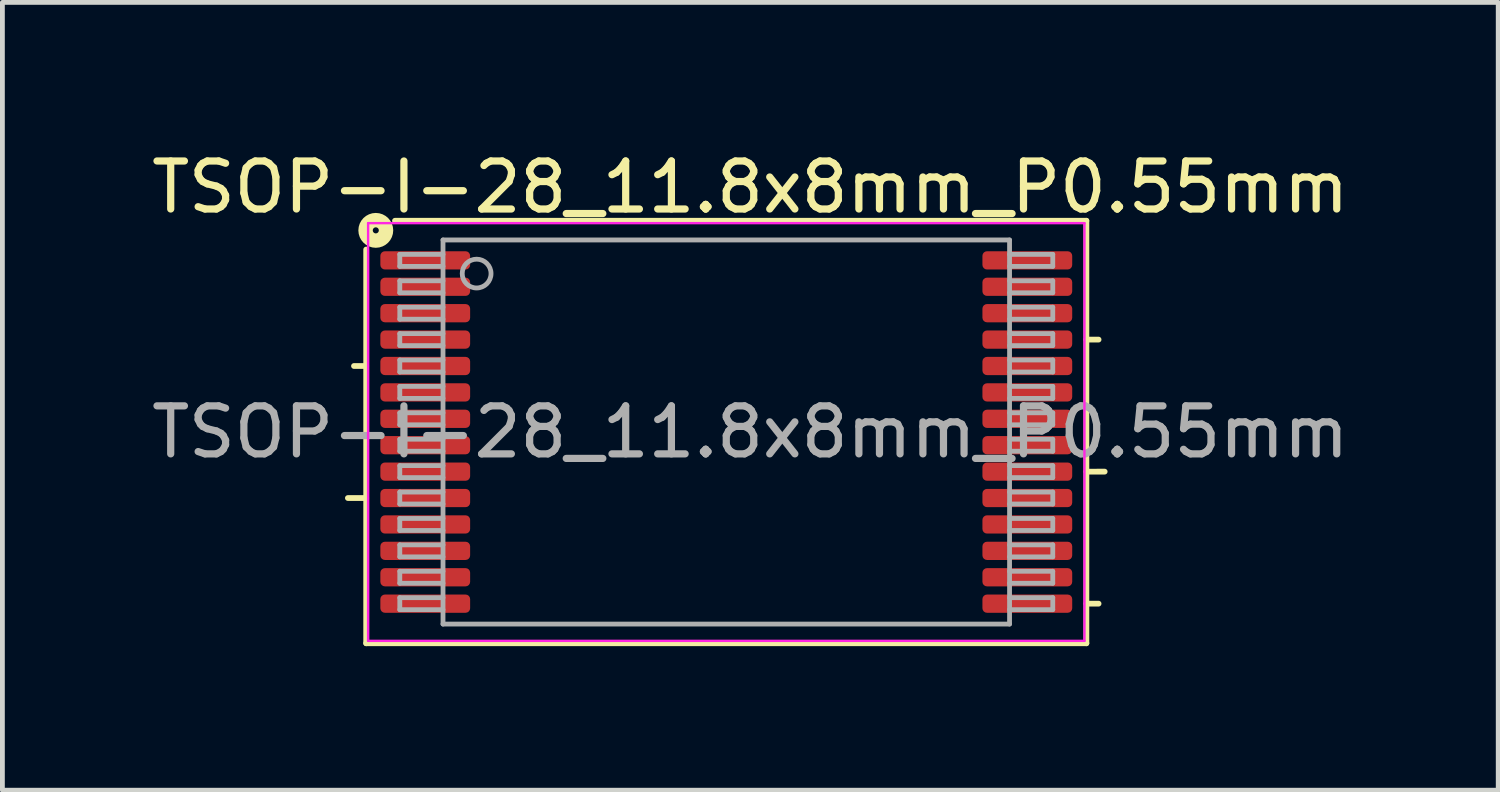
<source format=kicad_pcb>
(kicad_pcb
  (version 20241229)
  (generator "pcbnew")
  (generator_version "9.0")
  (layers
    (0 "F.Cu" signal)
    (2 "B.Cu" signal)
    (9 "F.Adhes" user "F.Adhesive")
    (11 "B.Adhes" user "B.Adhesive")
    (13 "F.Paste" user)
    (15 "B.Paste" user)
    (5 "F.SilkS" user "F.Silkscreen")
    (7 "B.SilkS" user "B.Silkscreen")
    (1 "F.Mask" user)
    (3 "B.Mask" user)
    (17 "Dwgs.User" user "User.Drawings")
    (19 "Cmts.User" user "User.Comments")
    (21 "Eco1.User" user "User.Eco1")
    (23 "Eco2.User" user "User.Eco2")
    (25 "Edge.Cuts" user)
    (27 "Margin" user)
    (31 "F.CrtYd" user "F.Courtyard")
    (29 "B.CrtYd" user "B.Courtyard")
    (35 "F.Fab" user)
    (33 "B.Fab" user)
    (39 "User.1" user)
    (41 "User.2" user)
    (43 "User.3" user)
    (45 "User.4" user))
  (footprint "TSOP-I-28_11.8x8mm_P0.55mm"
    (layer "F.Cu")
    (at 12.077 5.948)
    (property "Reference" "TSOP-I-28_11.8x8mm_P0.55mm" (at 0.5 -5.1 0) (layer "F.SilkS") (effects (font (size 1 1) (thickness 0.15))))
    (attr smd)
    (fp_line (start -7.5 -3.8) (end -7.5 4.4) (stroke (width 0.12) (type solid)) (layer "F.SilkS"))
    (fp_line (start -7.5 -1.375) (end -7.754 -1.375) (stroke (width 0.12) (type solid)) (layer "F.SilkS"))
    (fp_line (start -7.5 1.375) (end -7.881 1.375) (stroke (width 0.12) (type solid)) (layer "F.SilkS"))
    (fp_line (start -7.5 4.4) (end 7.5 4.4) (stroke (width 0.12) (type solid)) (layer "F.SilkS"))
    (fp_line (start 7.5 -4.4) (end -6.9 -4.4) (stroke (width 0.12) (type solid)) (layer "F.SilkS"))
    (fp_line (start 7.5 -1.925) (end 7.754 -1.925) (stroke (width 0.12) (type solid)) (layer "F.SilkS"))
    (fp_line (start 7.5 0.826) (end 7.881 0.825) (stroke (width 0.12) (type solid)) (layer "F.SilkS"))
    (fp_line (start 7.5 3.575) (end 7.754 3.575) (stroke (width 0.12) (type solid)) (layer "F.SilkS"))
    (fp_line (start 7.5 4.4) (end 7.5 -4.4) (stroke (width 0.12) (type solid)) (layer "F.SilkS"))
    (fp_circle (center -7.3 -4.2) (end -7.237 -4.2) (stroke (width 0.3) (type solid)) (fill no) (layer "F.SilkS"))
    (fp_line (start -7.46 -4.35) (end -7.46 4.35) (stroke (width 0.05) (type solid)) (layer "F.CrtYd"))
    (fp_line (start -7.46 -4.35) (end 7.46 -4.35) (stroke (width 0.05) (type solid)) (layer "F.CrtYd"))
    (fp_line (start 7.46 4.35) (end -7.46 4.35) (stroke (width 0.05) (type solid)) (layer "F.CrtYd"))
    (fp_line (start 7.46 4.35) (end 7.46 -4.35) (stroke (width 0.05) (type solid)) (layer "F.CrtYd"))
    (fp_line (start -6.8 -3.7) (end -6.8 -3.45) (stroke (width 0.1) (type solid)) (layer "F.Fab"))
    (fp_line (start -6.8 -3.7) (end -5.9 -3.7) (stroke (width 0.1) (type solid)) (layer "F.Fab"))
    (fp_line (start -6.8 -3.45) (end -5.9 -3.45) (stroke (width 0.1) (type solid)) (layer "F.Fab"))
    (fp_line (start -6.8 -3.15) (end -6.8 -2.9) (stroke (width 0.1) (type solid)) (layer "F.Fab"))
    (fp_line (start -6.8 -3.15) (end -5.9 -3.15) (stroke (width 0.1) (type solid)) (layer "F.Fab"))
    (fp_line (start -6.8 -2.9) (end -5.9 -2.9) (stroke (width 0.1) (type solid)) (layer "F.Fab"))
    (fp_line (start -6.8 -2.6) (end -6.8 -2.35) (stroke (width 0.1) (type solid)) (layer "F.Fab"))
    (fp_line (start -6.8 -2.6) (end -5.9 -2.6) (stroke (width 0.1) (type solid)) (layer "F.Fab"))
    (fp_line (start -6.8 -2.35) (end -5.9 -2.35) (stroke (width 0.1) (type solid)) (layer "F.Fab"))
    (fp_line (start -6.8 -2.05) (end -6.8 -1.8) (stroke (width 0.1) (type solid)) (layer "F.Fab"))
    (fp_line (start -6.8 -2.05) (end -5.9 -2.05) (stroke (width 0.1) (type solid)) (layer "F.Fab"))
    (fp_line (start -6.8 -1.8) (end -5.9 -1.8) (stroke (width 0.1) (type solid)) (layer "F.Fab"))
    (fp_line (start -6.8 -1.5) (end -6.8 -1.25) (stroke (width 0.1) (type solid)) (layer "F.Fab"))
    (fp_line (start -6.8 -1.5) (end -5.9 -1.5) (stroke (width 0.1) (type solid)) (layer "F.Fab"))
    (fp_line (start -6.8 -1.25) (end -5.9 -1.25) (stroke (width 0.1) (type solid)) (layer "F.Fab"))
    (fp_line (start -6.8 -0.95) (end -6.8 -0.7) (stroke (width 0.1) (type solid)) (layer "F.Fab"))
    (fp_line (start -6.8 -0.95) (end -5.9 -0.95) (stroke (width 0.1) (type solid)) (layer "F.Fab"))
    (fp_line (start -6.8 -0.7) (end -5.9 -0.7) (stroke (width 0.1) (type solid)) (layer "F.Fab"))
    (fp_line (start -6.8 -0.4) (end -6.8 -0.15) (stroke (width 0.1) (type solid)) (layer "F.Fab"))
    (fp_line (start -6.8 -0.4) (end -5.9 -0.4) (stroke (width 0.1) (type solid)) (layer "F.Fab"))
    (fp_line (start -6.8 -0.15) (end -5.9 -0.15) (stroke (width 0.1) (type solid)) (layer "F.Fab"))
    (fp_line (start -6.8 0.15) (end -6.8 0.4) (stroke (width 0.1) (type solid)) (layer "F.Fab"))
    (fp_line (start -6.8 0.15) (end -5.9 0.15) (stroke (width 0.1) (type solid)) (layer "F.Fab"))
    (fp_line (start -6.8 0.4) (end -5.9 0.4) (stroke (width 0.1) (type solid)) (layer "F.Fab"))
    (fp_line (start -6.8 0.7) (end -6.8 0.95) (stroke (width 0.1) (type solid)) (layer "F.Fab"))
    (fp_line (start -6.8 0.7) (end -5.9 0.7) (stroke (width 0.1) (type solid)) (layer "F.Fab"))
    (fp_line (start -6.8 0.95) (end -5.9 0.95) (stroke (width 0.1) (type solid)) (layer "F.Fab"))
    (fp_line (start -6.8 1.25) (end -6.8 1.5) (stroke (width 0.1) (type solid)) (layer "F.Fab"))
    (fp_line (start -6.8 1.25) (end -5.9 1.25) (stroke (width 0.1) (type solid)) (layer "F.Fab"))
    (fp_line (start -6.8 1.5) (end -5.9 1.5) (stroke (width 0.1) (type solid)) (layer "F.Fab"))
    (fp_line (start -6.8 1.8) (end -6.8 2.05) (stroke (width 0.1) (type solid)) (layer "F.Fab"))
    (fp_line (start -6.8 1.8) (end -5.9 1.8) (stroke (width 0.1) (type solid)) (layer "F.Fab"))
    (fp_line (start -6.8 2.05) (end -5.9 2.05) (stroke (width 0.1) (type solid)) (layer "F.Fab"))
    (fp_line (start -6.8 2.35) (end -6.8 2.6) (stroke (width 0.1) (type solid)) (layer "F.Fab"))
    (fp_line (start -6.8 2.35) (end -5.9 2.35) (stroke (width 0.1) (type solid)) (layer "F.Fab"))
    (fp_line (start -6.8 2.6) (end -5.9 2.6) (stroke (width 0.1) (type solid)) (layer "F.Fab"))
    (fp_line (start -6.8 2.9) (end -6.8 3.15) (stroke (width 0.1) (type solid)) (layer "F.Fab"))
    (fp_line (start -6.8 2.9) (end -5.9 2.9) (stroke (width 0.1) (type solid)) (layer "F.Fab"))
    (fp_line (start -6.8 3.15) (end -5.9 3.15) (stroke (width 0.1) (type solid)) (layer "F.Fab"))
    (fp_line (start -6.8 3.45) (end -6.8 3.7) (stroke (width 0.1) (type solid)) (layer "F.Fab"))
    (fp_line (start -6.8 3.45) (end -5.9 3.45) (stroke (width 0.1) (type solid)) (layer "F.Fab"))
    (fp_line (start -6.8 3.7) (end -5.9 3.7) (stroke (width 0.1) (type solid)) (layer "F.Fab"))
    (fp_line (start -5.9 -4) (end -5.9 4) (stroke (width 0.1) (type solid)) (layer "F.Fab"))
    (fp_line (start 5.9 -4) (end -5.9 -4) (stroke (width 0.1) (type solid)) (layer "F.Fab"))
    (fp_line (start 5.9 -4) (end 5.9 4) (stroke (width 0.1) (type solid)) (layer "F.Fab"))
    (fp_line (start 5.9 4) (end -5.9 4) (stroke (width 0.1) (type solid)) (layer "F.Fab"))
    (fp_line (start 6.8 -3.7) (end 5.9 -3.7) (stroke (width 0.1) (type solid)) (layer "F.Fab"))
    (fp_line (start 6.8 -3.45) (end 5.9 -3.45) (stroke (width 0.1) (type solid)) (layer "F.Fab"))
    (fp_line (start 6.8 -3.45) (end 6.8 -3.7) (stroke (width 0.1) (type solid)) (layer "F.Fab"))
    (fp_line (start 6.8 -3.15) (end 5.9 -3.15) (stroke (width 0.1) (type solid)) (layer "F.Fab"))
    (fp_line (start 6.8 -2.9) (end 5.9 -2.9) (stroke (width 0.1) (type solid)) (layer "F.Fab"))
    (fp_line (start 6.8 -2.9) (end 6.8 -3.15) (stroke (width 0.1) (type solid)) (layer "F.Fab"))
    (fp_line (start 6.8 -2.6) (end 5.9 -2.6) (stroke (width 0.1) (type solid)) (layer "F.Fab"))
    (fp_line (start 6.8 -2.35) (end 5.9 -2.35) (stroke (width 0.1) (type solid)) (layer "F.Fab"))
    (fp_line (start 6.8 -2.35) (end 6.8 -2.6) (stroke (width 0.1) (type solid)) (layer "F.Fab"))
    (fp_line (start 6.8 -2.05) (end 5.9 -2.05) (stroke (width 0.1) (type solid)) (layer "F.Fab"))
    (fp_line (start 6.8 -1.8) (end 5.9 -1.8) (stroke (width 0.1) (type solid)) (layer "F.Fab"))
    (fp_line (start 6.8 -1.8) (end 6.8 -2.05) (stroke (width 0.1) (type solid)) (layer "F.Fab"))
    (fp_line (start 6.8 -1.5) (end 5.9 -1.5) (stroke (width 0.1) (type solid)) (layer "F.Fab"))
    (fp_line (start 6.8 -1.25) (end 5.9 -1.25) (stroke (width 0.1) (type solid)) (layer "F.Fab"))
    (fp_line (start 6.8 -1.25) (end 6.8 -1.5) (stroke (width 0.1) (type solid)) (layer "F.Fab"))
    (fp_line (start 6.8 -0.95) (end 5.9 -0.95) (stroke (width 0.1) (type solid)) (layer "F.Fab"))
    (fp_line (start 6.8 -0.7) (end 5.9 -0.7) (stroke (width 0.1) (type solid)) (layer "F.Fab"))
    (fp_line (start 6.8 -0.7) (end 6.8 -0.95) (stroke (width 0.1) (type solid)) (layer "F.Fab"))
    (fp_line (start 6.8 -0.4) (end 5.9 -0.4) (stroke (width 0.1) (type solid)) (layer "F.Fab"))
    (fp_line (start 6.8 -0.15) (end 5.9 -0.15) (stroke (width 0.1) (type solid)) (layer "F.Fab"))
    (fp_line (start 6.8 -0.15) (end 6.8 -0.4) (stroke (width 0.1) (type solid)) (layer "F.Fab"))
    (fp_line (start 6.8 0.15) (end 5.9 0.15) (stroke (width 0.1) (type solid)) (layer "F.Fab"))
    (fp_line (start 6.8 0.4) (end 5.9 0.4) (stroke (width 0.1) (type solid)) (layer "F.Fab"))
    (fp_line (start 6.8 0.4) (end 6.8 0.15) (stroke (width 0.1) (type solid)) (layer "F.Fab"))
    (fp_line (start 6.8 0.7) (end 5.9 0.7) (stroke (width 0.1) (type solid)) (layer "F.Fab"))
    (fp_line (start 6.8 0.95) (end 5.9 0.95) (stroke (width 0.1) (type solid)) (layer "F.Fab"))
    (fp_line (start 6.8 0.95) (end 6.8 0.7) (stroke (width 0.1) (type solid)) (layer "F.Fab"))
    (fp_line (start 6.8 1.25) (end 5.9 1.25) (stroke (width 0.1) (type solid)) (layer "F.Fab"))
    (fp_line (start 6.8 1.5) (end 5.9 1.5) (stroke (width 0.1) (type solid)) (layer "F.Fab"))
    (fp_line (start 6.8 1.5) (end 6.8 1.25) (stroke (width 0.1) (type solid)) (layer "F.Fab"))
    (fp_line (start 6.8 1.8) (end 5.9 1.8) (stroke (width 0.1) (type solid)) (layer "F.Fab"))
    (fp_line (start 6.8 2.05) (end 5.9 2.05) (stroke (width 0.1) (type solid)) (layer "F.Fab"))
    (fp_line (start 6.8 2.05) (end 6.8 1.8) (stroke (width 0.1) (type solid)) (layer "F.Fab"))
    (fp_line (start 6.8 2.35) (end 5.9 2.35) (stroke (width 0.1) (type solid)) (layer "F.Fab"))
    (fp_line (start 6.8 2.6) (end 5.9 2.6) (stroke (width 0.1) (type solid)) (layer "F.Fab"))
    (fp_line (start 6.8 2.6) (end 6.8 2.35) (stroke (width 0.1) (type solid)) (layer "F.Fab"))
    (fp_line (start 6.8 2.9) (end 5.9 2.9) (stroke (width 0.1) (type solid)) (layer "F.Fab"))
    (fp_line (start 6.8 3.15) (end 5.9 3.15) (stroke (width 0.1) (type solid)) (layer "F.Fab"))
    (fp_line (start 6.8 3.15) (end 6.8 2.9) (stroke (width 0.1) (type solid)) (layer "F.Fab"))
    (fp_line (start 6.8 3.45) (end 5.9 3.45) (stroke (width 0.1) (type solid)) (layer "F.Fab"))
    (fp_line (start 6.8 3.7) (end 5.9 3.7) (stroke (width 0.1) (type solid)) (layer "F.Fab"))
    (fp_line (start 6.8 3.7) (end 6.8 3.45) (stroke (width 0.1) (type solid)) (layer "F.Fab"))
    (fp_circle (center -5.2 -3.3) (end -4.9 -3.3) (stroke (width 0.1) (type solid)) (fill no) (layer "F.Fab"))
    (fp_text user "${REFERENCE}" (at 0.5 0 0) (layer "F.Fab") (effects (font (size 1 1) (thickness 0.15))))
    (pad "1" smd roundrect (at -6.27 -3.575) (size 1.87 0.38) (layers "F.Cu" "F.Mask" "F.Paste") (roundrect_rratio 0.25))
    (pad "2" smd roundrect (at -6.27 -3.025) (size 1.87 0.38) (layers "F.Cu" "F.Mask" "F.Paste") (roundrect_rratio 0.25))
    (pad "3" smd roundrect (at -6.27 -2.475) (size 1.87 0.38) (layers "F.Cu" "F.Mask" "F.Paste") (roundrect_rratio 0.25))
    (pad "4" smd roundrect (at -6.27 -1.925) (size 1.87 0.38) (layers "F.Cu" "F.Mask" "F.Paste") (roundrect_rratio 0.25))
    (pad "5" smd roundrect (at -6.27 -1.375) (size 1.87 0.38) (layers "F.Cu" "F.Mask" "F.Paste") (roundrect_rratio 0.25))
    (pad "6" smd roundrect (at -6.27 -0.825) (size 1.87 0.38) (layers "F.Cu" "F.Mask" "F.Paste") (roundrect_rratio 0.25))
    (pad "7" smd roundrect (at -6.27 -0.275) (size 1.87 0.38) (layers "F.Cu" "F.Mask" "F.Paste") (roundrect_rratio 0.25))
    (pad "8" smd roundrect (at -6.27 0.275) (size 1.87 0.38) (layers "F.Cu" "F.Mask" "F.Paste") (roundrect_rratio 0.25))
    (pad "9" smd roundrect (at -6.27 0.825) (size 1.87 0.38) (layers "F.Cu" "F.Mask" "F.Paste") (roundrect_rratio 0.25))
    (pad "10" smd roundrect (at -6.27 1.375) (size 1.87 0.38) (layers "F.Cu" "F.Mask" "F.Paste") (roundrect_rratio 0.25))
    (pad "11" smd roundrect (at -6.27 1.925) (size 1.87 0.38) (layers "F.Cu" "F.Mask" "F.Paste") (roundrect_rratio 0.25))
    (pad "12" smd roundrect (at -6.27 2.475) (size 1.87 0.38) (layers "F.Cu" "F.Mask" "F.Paste") (roundrect_rratio 0.25))
    (pad "13" smd roundrect (at -6.27 3.025) (size 1.87 0.38) (layers "F.Cu" "F.Mask" "F.Paste") (roundrect_rratio 0.25))
    (pad "14" smd roundrect (at -6.27 3.575) (size 1.87 0.38) (layers "F.Cu" "F.Mask" "F.Paste") (roundrect_rratio 0.25))
    (pad "15" smd roundrect (at 6.27 3.575) (size 1.87 0.38) (layers "F.Cu" "F.Mask" "F.Paste") (roundrect_rratio 0.25))
    (pad "16" smd roundrect (at 6.27 3.025) (size 1.87 0.38) (layers "F.Cu" "F.Mask" "F.Paste") (roundrect_rratio 0.25))
    (pad "17" smd roundrect (at 6.27 2.475) (size 1.87 0.38) (layers "F.Cu" "F.Mask" "F.Paste") (roundrect_rratio 0.25))
    (pad "18" smd roundrect (at 6.27 1.925) (size 1.87 0.38) (layers "F.Cu" "F.Mask" "F.Paste") (roundrect_rratio 0.25))
    (pad "19" smd roundrect (at 6.27 1.375) (size 1.87 0.38) (layers "F.Cu" "F.Mask" "F.Paste") (roundrect_rratio 0.25))
    (pad "20" smd roundrect (at 6.27 0.825) (size 1.87 0.38) (layers "F.Cu" "F.Mask" "F.Paste") (roundrect_rratio 0.25))
    (pad "21" smd roundrect (at 6.27 0.275) (size 1.87 0.38) (layers "F.Cu" "F.Mask" "F.Paste") (roundrect_rratio 0.25))
    (pad "22" smd roundrect (at 6.27 -0.275) (size 1.87 0.38) (layers "F.Cu" "F.Mask" "F.Paste") (roundrect_rratio 0.25))
    (pad "23" smd roundrect (at 6.27 -0.825) (size 1.87 0.38) (layers "F.Cu" "F.Mask" "F.Paste") (roundrect_rratio 0.25))
    (pad "24" smd roundrect (at 6.27 -1.375) (size 1.87 0.38) (layers "F.Cu" "F.Mask" "F.Paste") (roundrect_rratio 0.25))
    (pad "25" smd roundrect (at 6.27 -1.925) (size 1.87 0.38) (layers "F.Cu" "F.Mask" "F.Paste") (roundrect_rratio 0.25))
    (pad "26" smd roundrect (at 6.27 -2.475) (size 1.87 0.38) (layers "F.Cu" "F.Mask" "F.Paste") (roundrect_rratio 0.25))
    (pad "27" smd roundrect (at 6.27 -3.025) (size 1.87 0.38) (layers "F.Cu" "F.Mask" "F.Paste") (roundrect_rratio 0.25))
    (pad "28" smd roundrect (at 6.27 -3.575) (size 1.87 0.38) (layers "F.Cu" "F.Mask" "F.Paste") (roundrect_rratio 0.25)))
  (gr_rect
    (start -3 -3)
    (end 28.155 13.408)
    (stroke (width 0.1) (type default))
    (fill no)
    (layer "Edge.Cuts")))
</source>
